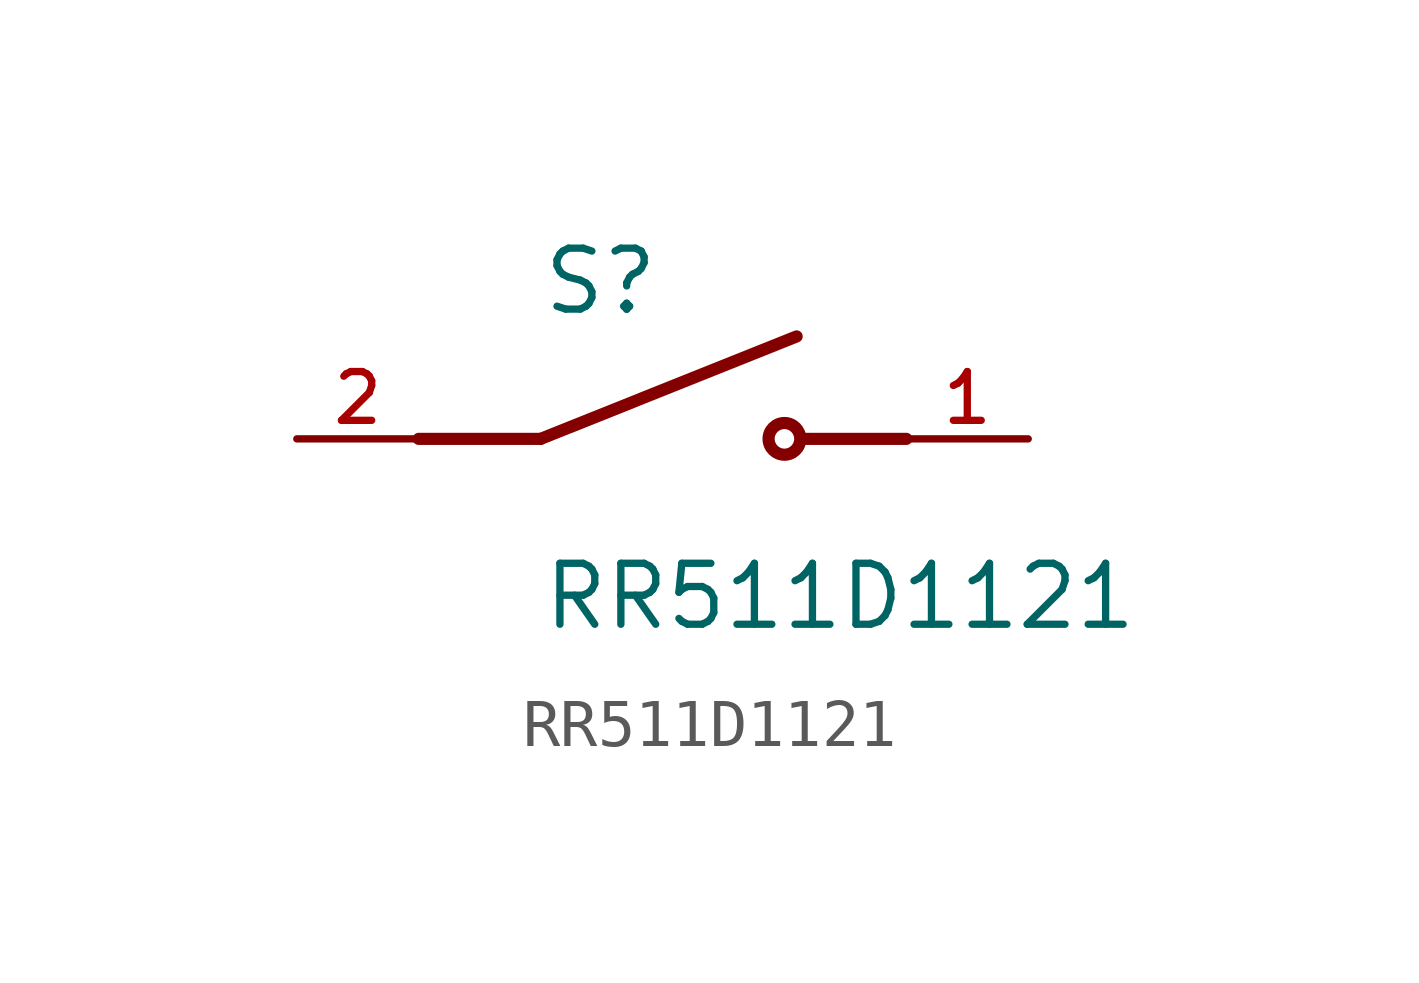
<source format=kicad_sym>
(kicad_symbol_lib
  (version 20241209)
  (generator "kicad_symbol_editor")
  (generator_version "9.0")
  (symbol "RR511D1121"
    (pin_names
      (offset 1.016))
    (property "Reference" "S"
      (at -2.54 2.54 0)
      (effects (font (size 1.27 1.27)) (justify left bottom)))
    (property "Value" "RR511D1121"
      (at -2.54 -2.54 0)
      (effects (font (size 1.27 1.27)) (justify left top)))
    (symbol "RR511D1121_0_0"
      (polyline (pts (xy -2.54 0) (xy -5.08 0)) (stroke (width 0.254) (type default)) (fill (type none)))
      (polyline (pts (xy -2.54 0) (xy 2.794 2.134)) (stroke (width 0.254) (type default)) (fill (type none)))
      (circle (center 2.54 0) (radius 0.33) (stroke (width 0.254) (type default)) (fill (type none)))
      (polyline (pts (xy 5.08 0) (xy 2.921 0)) (stroke (width 0.254) (type default)) (fill (type none)))
      (pin passive line (at -7.62 0 0) (length 2.54) (name "~" (effects (font (size 1.016 1.016)))) (number "2" (effects (font (size 1.016 1.016)))))
      (pin passive line (at 7.62 0 180) (length 2.54) (name "~" (effects (font (size 1.016 1.016)))) (number "1" (effects (font (size 1.016 1.016))))))))
</source>
